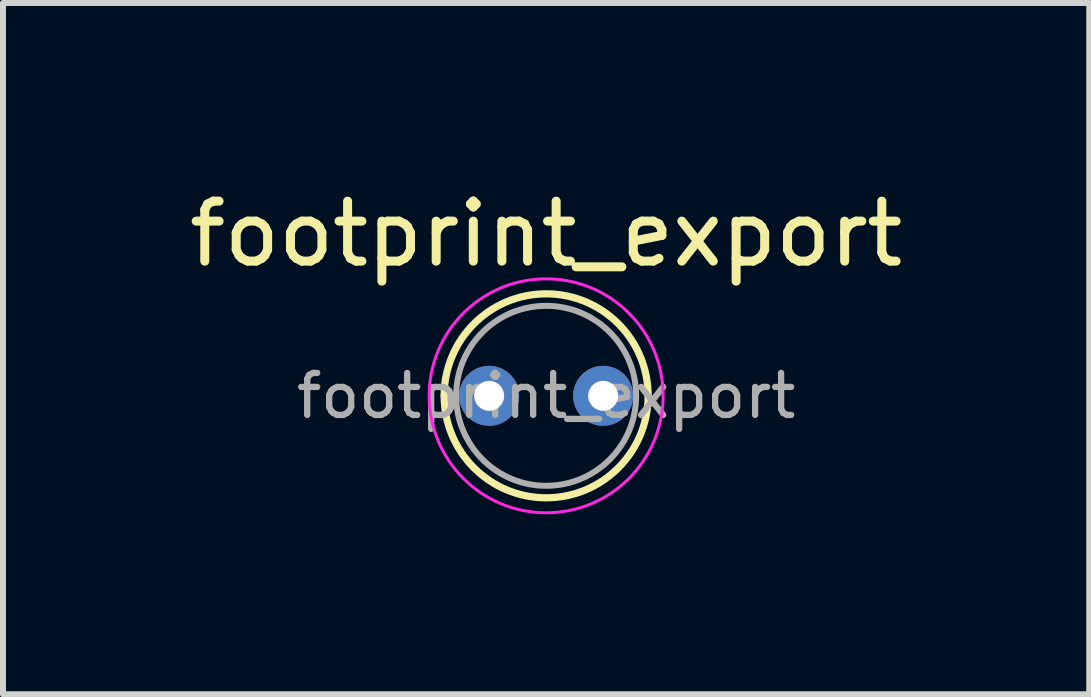
<source format=kicad_pcb>
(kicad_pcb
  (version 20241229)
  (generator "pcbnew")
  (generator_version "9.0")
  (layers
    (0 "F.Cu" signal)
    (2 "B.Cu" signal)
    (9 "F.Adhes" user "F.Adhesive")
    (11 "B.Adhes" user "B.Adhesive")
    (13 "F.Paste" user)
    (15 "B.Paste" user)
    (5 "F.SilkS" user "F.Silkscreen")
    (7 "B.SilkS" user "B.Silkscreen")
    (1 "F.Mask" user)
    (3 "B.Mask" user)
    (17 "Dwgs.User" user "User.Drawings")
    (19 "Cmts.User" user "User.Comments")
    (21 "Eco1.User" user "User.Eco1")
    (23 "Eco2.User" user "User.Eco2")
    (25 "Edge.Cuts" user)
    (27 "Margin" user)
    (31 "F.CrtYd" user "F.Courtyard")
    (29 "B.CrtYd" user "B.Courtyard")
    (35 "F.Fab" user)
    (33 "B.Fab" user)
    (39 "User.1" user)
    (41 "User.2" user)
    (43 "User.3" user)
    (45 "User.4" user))
  (footprint "footprint_export"
    (layer "F.Cu")
    (at 5.104 3.548)
    (property "Reference" "footprint_export" (at 0.95 -2.7 0) (layer "F.SilkS") (effects (font (size 1 1) (thickness 0.15))))
    (attr through_hole)
    (fp_arc (start -0.75 0) (mid 0.95 -1.7) (end 2.65 0) (stroke (width 0.12) (type solid)) (layer "F.SilkS"))
    (fp_arc (start 2.65 0) (mid 0.95 1.7) (end -0.75 0) (stroke (width 0.12) (type solid)) (layer "F.SilkS"))
    (fp_circle (center 0.95 0) (end 2.9 0) (stroke (width 0.05) (type solid)) (fill no) (layer "F.CrtYd"))
    (fp_circle (center 0.95 0) (end 2.45 0) (stroke (width 0.1) (type solid)) (fill no) (layer "F.Fab"))
    (fp_text user "${REFERENCE}" (at 0.95 0 0) (layer "F.Fab") (effects (font (size 0.7 0.7) (thickness 0.105))))
    (pad "1" thru_hole circle (at 0 0) (size 1 1) (drill 0.5) (layers "*.Cu" "*.Mask"))
    (pad "2" thru_hole circle (at 1.9 0) (size 1 1) (drill 0.5) (layers "*.Cu" "*.Mask")))
  (gr_rect
    (start -3 -3)
    (end 15.107 8.523)
    (stroke (width 0.1) (type default))
    (fill no)
    (layer "Edge.Cuts")))
</source>
